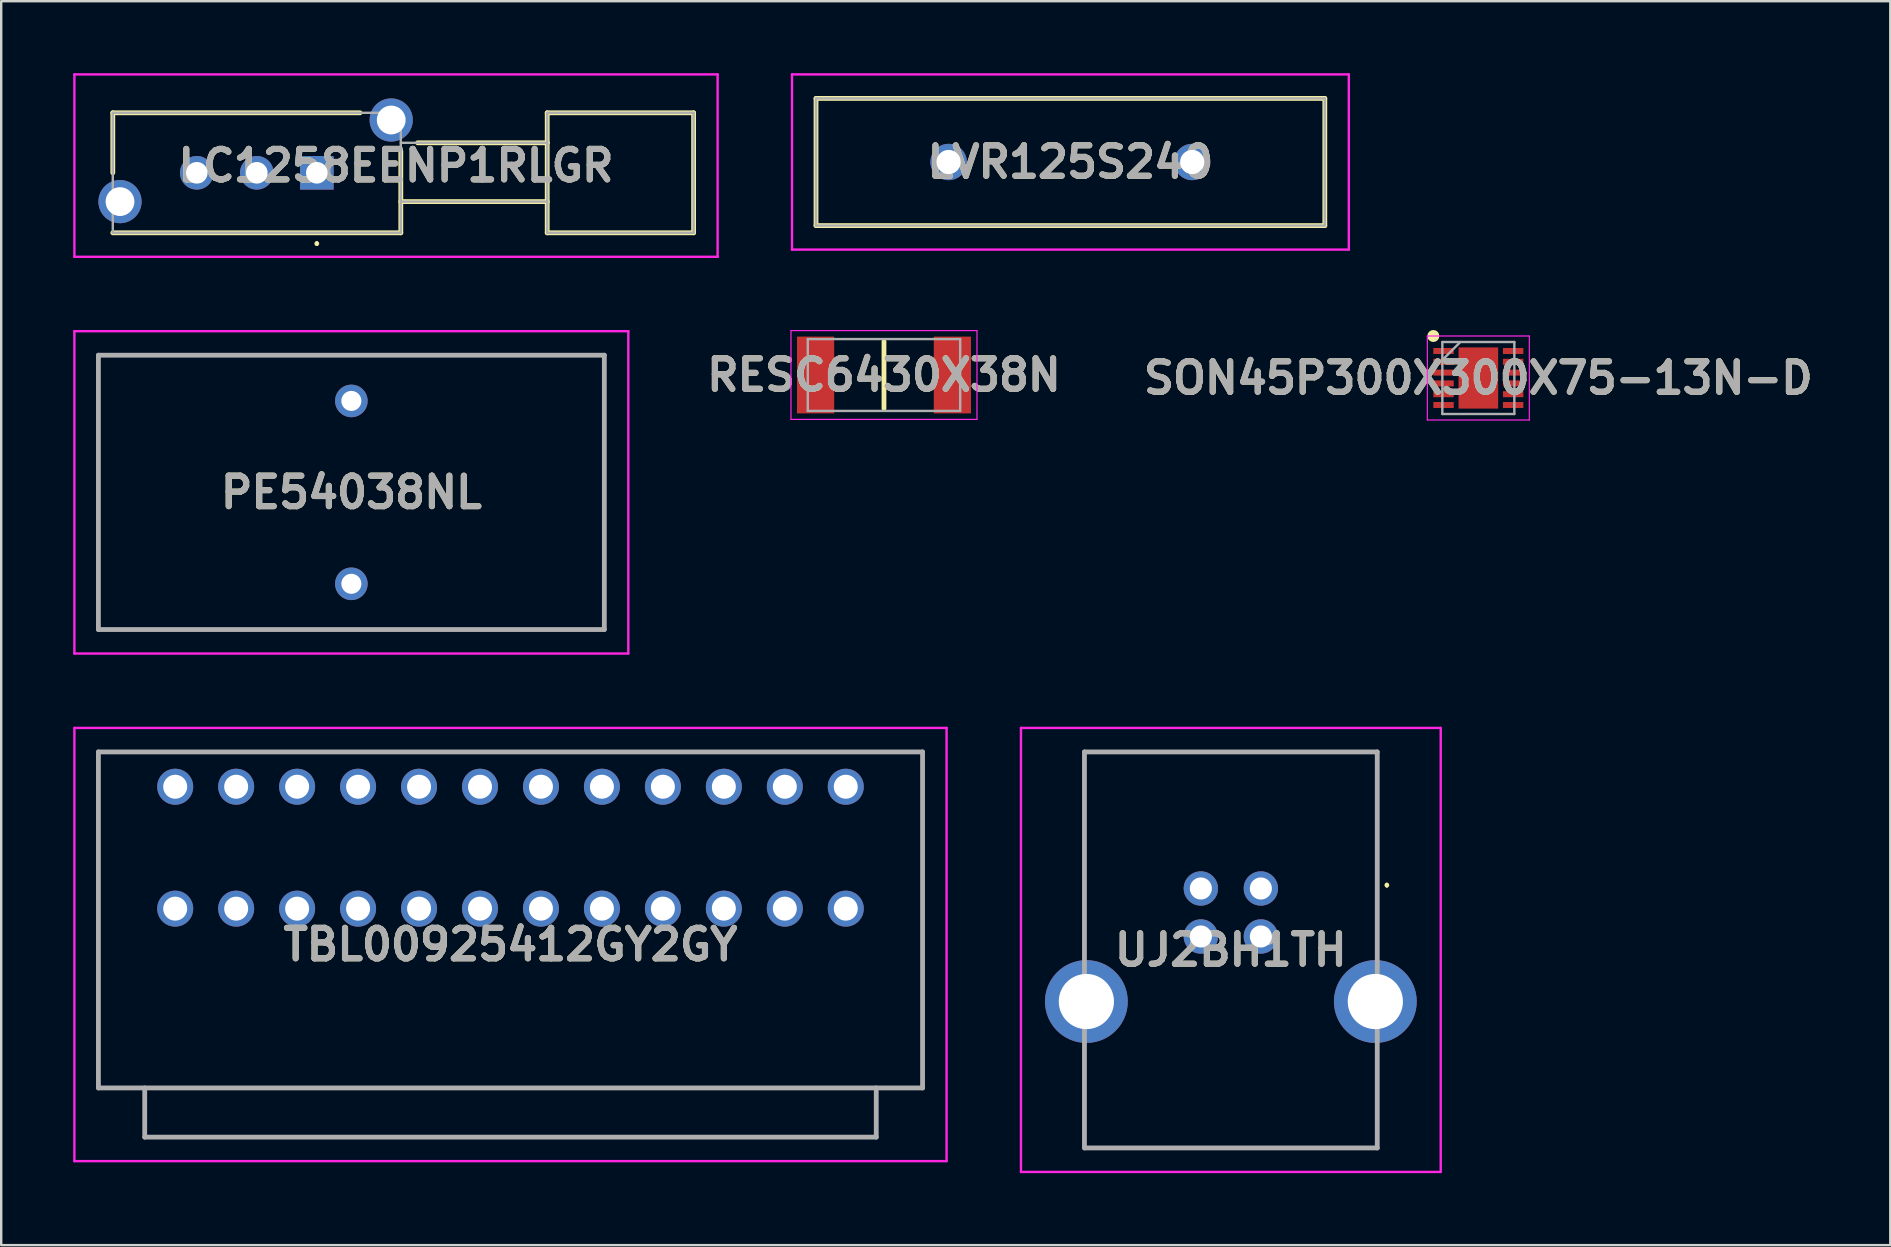
<source format=kicad_pcb>
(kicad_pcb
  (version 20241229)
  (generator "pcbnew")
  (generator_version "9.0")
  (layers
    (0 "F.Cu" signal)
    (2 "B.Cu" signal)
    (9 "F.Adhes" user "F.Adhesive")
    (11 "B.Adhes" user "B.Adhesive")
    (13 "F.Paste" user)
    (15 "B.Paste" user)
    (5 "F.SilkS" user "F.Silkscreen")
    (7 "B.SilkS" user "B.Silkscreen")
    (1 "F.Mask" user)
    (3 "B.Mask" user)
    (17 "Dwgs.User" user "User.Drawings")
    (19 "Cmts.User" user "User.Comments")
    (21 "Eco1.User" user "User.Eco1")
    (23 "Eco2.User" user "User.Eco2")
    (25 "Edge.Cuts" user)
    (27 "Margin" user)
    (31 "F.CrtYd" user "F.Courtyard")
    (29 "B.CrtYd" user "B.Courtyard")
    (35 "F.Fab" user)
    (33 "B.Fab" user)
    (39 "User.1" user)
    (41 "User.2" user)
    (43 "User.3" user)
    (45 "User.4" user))
  (footprint "LVR125S240"
    (layer "F.Cu")
    (at 36.475 3.7)
    (property "Reference" "LVR125S240" (at 5.075 0 0) (layer "F.SilkS") (effects (font (size 1.27 1.27) (thickness 0.254))))
    (attr through_hole)
    (fp_line (start -5.525 -2.65) (end 15.675 -2.65) (stroke (width 0.2) (type solid)) (layer "F.SilkS"))
    (fp_line (start -5.525 2.65) (end -5.525 -2.65) (stroke (width 0.2) (type solid)) (layer "F.SilkS"))
    (fp_line (start 15.675 -2.65) (end 15.675 2.65) (stroke (width 0.2) (type solid)) (layer "F.SilkS"))
    (fp_line (start 15.675 2.65) (end -5.525 2.65) (stroke (width 0.2) (type solid)) (layer "F.SilkS"))
    (fp_line (start -6.525 -3.65) (end 16.675 -3.65) (stroke (width 0.1) (type solid)) (layer "F.CrtYd"))
    (fp_line (start -6.525 3.65) (end -6.525 -3.65) (stroke (width 0.1) (type solid)) (layer "F.CrtYd"))
    (fp_line (start 16.675 -3.65) (end 16.675 3.65) (stroke (width 0.1) (type solid)) (layer "F.CrtYd"))
    (fp_line (start 16.675 3.65) (end -6.525 3.65) (stroke (width 0.1) (type solid)) (layer "F.CrtYd"))
    (fp_line (start -5.525 -2.65) (end 15.675 -2.65) (stroke (width 0.1) (type solid)) (layer "F.Fab"))
    (fp_line (start -5.525 2.65) (end -5.525 -2.65) (stroke (width 0.1) (type solid)) (layer "F.Fab"))
    (fp_line (start 15.675 -2.65) (end 15.675 2.65) (stroke (width 0.1) (type solid)) (layer "F.Fab"))
    (fp_line (start 15.675 2.65) (end -5.525 2.65) (stroke (width 0.1) (type solid)) (layer "F.Fab"))
    (fp_text user "${REFERENCE}" (at 5.075 0 0) (layer "F.Fab") (effects (font (size 1.27 1.27) (thickness 0.254))))
    (pad "1" thru_hole circle (at 0 0) (size 1.515 1.515) (drill 1.01) (layers "*.Cu" "*.Mask"))
    (pad "2" thru_hole circle (at 10.15 0) (size 1.515 1.515) (drill 1.01) (layers "*.Cu" "*.Mask")))
  (footprint "SON45P300X300X75-13N-D"
    (layer "F.Cu")
    (at 58.547 12.7)
    (property "Reference" "SON45P300X300X75-13N-D" (at 0 0 0) (layer "F.SilkS") (effects (font (size 1.27 1.27) (thickness 0.254))))
    (attr smd)
    (fp_circle (center -1.875 -1.75) (end -1.875 -1.625) (stroke (width 0.25) (type solid)) (fill no) (layer "F.SilkS"))
    (fp_line (start -2.125 -1.75) (end 2.125 -1.75) (stroke (width 0.05) (type solid)) (layer "F.CrtYd"))
    (fp_line (start -2.125 1.75) (end -2.125 -1.75) (stroke (width 0.05) (type solid)) (layer "F.CrtYd"))
    (fp_line (start 2.125 -1.75) (end 2.125 1.75) (stroke (width 0.05) (type solid)) (layer "F.CrtYd"))
    (fp_line (start 2.125 1.75) (end -2.125 1.75) (stroke (width 0.05) (type solid)) (layer "F.CrtYd"))
    (fp_line (start -1.5 -1.5) (end 1.5 -1.5) (stroke (width 0.1) (type solid)) (layer "F.Fab"))
    (fp_line (start -1.5 -0.75) (end -0.75 -1.5) (stroke (width 0.1) (type solid)) (layer "F.Fab"))
    (fp_line (start -1.5 1.5) (end -1.5 -1.5) (stroke (width 0.1) (type solid)) (layer "F.Fab"))
    (fp_line (start 1.5 -1.5) (end 1.5 1.5) (stroke (width 0.1) (type solid)) (layer "F.Fab"))
    (fp_line (start 1.5 1.5) (end -1.5 1.5) (stroke (width 0.1) (type solid)) (layer "F.Fab"))
    (fp_text user "${REFERENCE}" (at 0 0 0) (layer "F.Fab") (effects (font (size 1.27 1.27) (thickness 0.254))))
    (pad "1" smd rect (at -1.45 -1.125 90) (size 0.25 0.85) (layers "F.Cu" "F.Mask" "F.Paste"))
    (pad "2" smd rect (at -1.45 -0.675 90) (size 0.25 0.85) (layers "F.Cu" "F.Mask" "F.Paste"))
    (pad "3" smd rect (at -1.45 -0.225 90) (size 0.25 0.85) (layers "F.Cu" "F.Mask" "F.Paste"))
    (pad "4" smd rect (at -1.45 0.225 90) (size 0.25 0.85) (layers "F.Cu" "F.Mask" "F.Paste"))
    (pad "5" smd rect (at -1.45 0.675 90) (size 0.25 0.85) (layers "F.Cu" "F.Mask" "F.Paste"))
    (pad "6" smd rect (at -1.45 1.125 90) (size 0.25 0.85) (layers "F.Cu" "F.Mask" "F.Paste"))
    (pad "7" smd rect (at 1.45 1.125 90) (size 0.25 0.85) (layers "F.Cu" "F.Mask" "F.Paste"))
    (pad "8" smd rect (at 1.45 0.675 90) (size 0.25 0.85) (layers "F.Cu" "F.Mask" "F.Paste"))
    (pad "9" smd rect (at 1.45 0.225 90) (size 0.25 0.85) (layers "F.Cu" "F.Mask" "F.Paste"))
    (pad "10" smd rect (at 1.45 -0.225 90) (size 0.25 0.85) (layers "F.Cu" "F.Mask" "F.Paste"))
    (pad "11" smd rect (at 1.45 -0.675 90) (size 0.25 0.85) (layers "F.Cu" "F.Mask" "F.Paste"))
    (pad "12" smd rect (at 1.45 -1.125 90) (size 0.25 0.85) (layers "F.Cu" "F.Mask" "F.Paste"))
    (pad "13" smd rect (at 0 0) (size 1.65 2.55) (layers "F.Cu" "F.Mask" "F.Paste")))
  (footprint "LC1258EENP1RLGR"
    (layer "F.Cu")
    (at 10.15 4.15)
    (property "Reference" "LC1258EENP1RLGR" (at 3.3 -0.3 0) (layer "F.SilkS") (effects (font (size 1.27 1.27) (thickness 0.254))))
    (attr through_hole)
    (fp_line (start -8.5 -2.5) (end 1.8 -2.5) (stroke (width 0.2) (type solid)) (layer "F.SilkS"))
    (fp_line (start -8.5 0) (end -8.5 -2.5) (stroke (width 0.2) (type solid)) (layer "F.SilkS"))
    (fp_line (start 0 2.9) (end 0 2.9) (stroke (width 0.1) (type solid)) (layer "F.SilkS"))
    (fp_line (start 0 3) (end 0 3) (stroke (width 0.1) (type solid)) (layer "F.SilkS"))
    (fp_line (start 3.5 -0.9) (end 3.5 2.5) (stroke (width 0.2) (type solid)) (layer "F.SilkS"))
    (fp_line (start 3.5 1.2) (end 9.6 1.2) (stroke (width 0.2) (type solid)) (layer "F.SilkS"))
    (fp_line (start 3.5 2.5) (end -8.5 2.5) (stroke (width 0.2) (type solid)) (layer "F.SilkS"))
    (fp_line (start 9.6 -2.5) (end 9.6 -1.25) (stroke (width 0.2) (type solid)) (layer "F.SilkS"))
    (fp_line (start 9.6 -1.25) (end 4.2 -1.25) (stroke (width 0.2) (type solid)) (layer "F.SilkS"))
    (fp_line (start 9.6 1.2) (end 9.6 -1.25) (stroke (width 0.2) (type solid)) (layer "F.SilkS"))
    (fp_line (start 9.6 1.25) (end 9.6 2.5) (stroke (width 0.2) (type solid)) (layer "F.SilkS"))
    (fp_line (start 9.6 2.5) (end 15.7 2.5) (stroke (width 0.2) (type solid)) (layer "F.SilkS"))
    (fp_line (start 15.7 -2.5) (end 9.6 -2.5) (stroke (width 0.2) (type solid)) (layer "F.SilkS"))
    (fp_line (start 15.7 2.5) (end 15.7 -2.5) (stroke (width 0.2) (type solid)) (layer "F.SilkS"))
    (fp_arc (start 0 2.9) (mid 0.05 2.95) (end 0 3) (stroke (width 0.1) (type solid)) (layer "F.SilkS"))
    (fp_arc (start 0 3) (mid -0.05 2.95) (end 0 2.9) (stroke (width 0.1) (type solid)) (layer "F.SilkS"))
    (fp_line (start -10.1 -4.1) (end 16.7 -4.1) (stroke (width 0.1) (type solid)) (layer "F.CrtYd"))
    (fp_line (start -10.1 3.5) (end -10.1 -4.1) (stroke (width 0.1) (type solid)) (layer "F.CrtYd"))
    (fp_line (start 16.7 -4.1) (end 16.7 3.5) (stroke (width 0.1) (type solid)) (layer "F.CrtYd"))
    (fp_line (start 16.7 3.5) (end -10.1 3.5) (stroke (width 0.1) (type solid)) (layer "F.CrtYd"))
    (fp_line (start -8.5 -2.5) (end 3.5 -2.5) (stroke (width 0.1) (type solid)) (layer "F.Fab"))
    (fp_line (start -8.5 2.5) (end -8.5 -2.5) (stroke (width 0.1) (type solid)) (layer "F.Fab"))
    (fp_line (start 3.5 -2.5) (end 3.5 2.5) (stroke (width 0.1) (type solid)) (layer "F.Fab"))
    (fp_line (start 3.5 -1.25) (end 9.6 -1.25) (stroke (width 0.1) (type solid)) (layer "F.Fab"))
    (fp_line (start 3.5 2.5) (end -8.5 2.5) (stroke (width 0.1) (type solid)) (layer "F.Fab"))
    (fp_line (start 9.6 -2.5) (end 15.7 -2.5) (stroke (width 0.1) (type solid)) (layer "F.Fab"))
    (fp_line (start 9.6 -1.25) (end 9.6 -2.5) (stroke (width 0.1) (type solid)) (layer "F.Fab"))
    (fp_line (start 9.6 -1.25) (end 9.6 1.2) (stroke (width 0.1) (type solid)) (layer "F.Fab"))
    (fp_line (start 9.6 1.2) (end 3.5 1.2) (stroke (width 0.1) (type solid)) (layer "F.Fab"))
    (fp_line (start 9.6 2.5) (end 9.6 1.25) (stroke (width 0.1) (type solid)) (layer "F.Fab"))
    (fp_line (start 15.7 -2.5) (end 15.7 2.5) (stroke (width 0.1) (type solid)) (layer "F.Fab"))
    (fp_line (start 15.7 2.5) (end 9.6 2.5) (stroke (width 0.1) (type solid)) (layer "F.Fab"))
    (fp_text user "${REFERENCE}" (at 3.3 -0.3 0) (layer "F.Fab") (effects (font (size 1.27 1.27) (thickness 0.254))))
    (pad "1" thru_hole rect (at 0 0) (size 1.4 1.4) (drill 0.9) (layers "*.Cu" "*.Mask"))
    (pad "2" thru_hole circle (at -2.5 0) (size 1.4 1.4) (drill 0.9) (layers "*.Cu" "*.Mask"))
    (pad "3" thru_hole circle (at -5 0) (size 1.4 1.4) (drill 0.9) (layers "*.Cu" "*.Mask"))
    (pad "MH1" thru_hole circle (at 3.1 -2.2) (size 1.8 1.8) (drill 1.2) (layers "*.Cu" "*.Mask"))
    (pad "MH2" thru_hole circle (at -8.2 1.2) (size 1.8 1.8) (drill 1.2) (layers "*.Cu" "*.Mask")))
  (footprint "TBL00925412GY2GY"
    (layer "F.Cu")
    (at 4.25 34.81)
    (property "Reference" "TBL00925412GY2GY" (at 13.97 1.495 0) (layer "F.SilkS") (effects (font (size 1.27 1.27) (thickness 0.254))))
    (attr through_hole)
    (fp_line (start -3.2 -6.53) (end 31.14 -6.53) (stroke (width 0.1) (type solid)) (layer "F.SilkS"))
    (fp_line (start -3.2 7.47) (end -3.2 -6.53) (stroke (width 0.1) (type solid)) (layer "F.SilkS"))
    (fp_line (start -1.27 7.47) (end -1.27 9.52) (stroke (width 0.1) (type solid)) (layer "F.SilkS"))
    (fp_line (start -1.27 9.52) (end 29.21 9.52) (stroke (width 0.1) (type solid)) (layer "F.SilkS"))
    (fp_line (start 29.21 7.47) (end -3.2 7.47) (stroke (width 0.1) (type solid)) (layer "F.SilkS"))
    (fp_line (start 29.21 9.52) (end 29.21 7.47) (stroke (width 0.1) (type solid)) (layer "F.SilkS"))
    (fp_line (start 31.14 -6.53) (end 31.14 7.47) (stroke (width 0.1) (type solid)) (layer "F.SilkS"))
    (fp_line (start 31.14 7.47) (end 29.21 7.47) (stroke (width 0.1) (type solid)) (layer "F.SilkS"))
    (fp_line (start -4.2 -7.53) (end 32.14 -7.53) (stroke (width 0.1) (type solid)) (layer "F.CrtYd"))
    (fp_line (start -4.2 10.52) (end -4.2 -7.53) (stroke (width 0.1) (type solid)) (layer "F.CrtYd"))
    (fp_line (start 32.14 -7.53) (end 32.14 10.52) (stroke (width 0.1) (type solid)) (layer "F.CrtYd"))
    (fp_line (start 32.14 10.52) (end -4.2 10.52) (stroke (width 0.1) (type solid)) (layer "F.CrtYd"))
    (fp_line (start -3.2 -6.53) (end 31.14 -6.53) (stroke (width 0.2) (type solid)) (layer "F.Fab"))
    (fp_line (start -3.2 7.47) (end -3.2 -6.53) (stroke (width 0.2) (type solid)) (layer "F.Fab"))
    (fp_line (start -1.27 7.47) (end -1.27 9.52) (stroke (width 0.2) (type solid)) (layer "F.Fab"))
    (fp_line (start -1.27 9.52) (end 29.21 9.52) (stroke (width 0.2) (type solid)) (layer "F.Fab"))
    (fp_line (start 29.21 9.52) (end 29.21 7.47) (stroke (width 0.2) (type solid)) (layer "F.Fab"))
    (fp_line (start 31.14 -6.53) (end 31.14 7.47) (stroke (width 0.2) (type solid)) (layer "F.Fab"))
    (fp_line (start 31.14 7.47) (end -3.2 7.47) (stroke (width 0.2) (type solid)) (layer "F.Fab"))
    (fp_text user "${REFERENCE}" (at 13.97 1.495 0) (layer "F.Fab") (effects (font (size 1.27 1.27) (thickness 0.254))))
    (pad "1" thru_hole circle (at 0 0) (size 1.5 1.5) (drill 1) (layers "*.Cu" "*.Mask"))
    (pad "2" thru_hole circle (at 0 -5.08) (size 1.5 1.5) (drill 1) (layers "*.Cu" "*.Mask"))
    (pad "3" thru_hole circle (at 2.54 0) (size 1.5 1.5) (drill 1) (layers "*.Cu" "*.Mask"))
    (pad "4" thru_hole circle (at 2.54 -5.08) (size 1.5 1.5) (drill 1) (layers "*.Cu" "*.Mask"))
    (pad "5" thru_hole circle (at 5.08 0) (size 1.5 1.5) (drill 1) (layers "*.Cu" "*.Mask"))
    (pad "6" thru_hole circle (at 5.08 -5.08) (size 1.5 1.5) (drill 1) (layers "*.Cu" "*.Mask"))
    (pad "7" thru_hole circle (at 7.62 0) (size 1.5 1.5) (drill 1) (layers "*.Cu" "*.Mask"))
    (pad "8" thru_hole circle (at 7.62 -5.08) (size 1.5 1.5) (drill 1) (layers "*.Cu" "*.Mask"))
    (pad "9" thru_hole circle (at 10.16 0) (size 1.5 1.5) (drill 1) (layers "*.Cu" "*.Mask"))
    (pad "10" thru_hole circle (at 10.16 -5.08) (size 1.5 1.5) (drill 1) (layers "*.Cu" "*.Mask"))
    (pad "11" thru_hole circle (at 12.7 0) (size 1.5 1.5) (drill 1) (layers "*.Cu" "*.Mask"))
    (pad "12" thru_hole circle (at 12.7 -5.08) (size 1.5 1.5) (drill 1) (layers "*.Cu" "*.Mask"))
    (pad "13" thru_hole circle (at 15.24 0) (size 1.5 1.5) (drill 1) (layers "*.Cu" "*.Mask"))
    (pad "14" thru_hole circle (at 15.24 -5.08) (size 1.5 1.5) (drill 1) (layers "*.Cu" "*.Mask"))
    (pad "15" thru_hole circle (at 17.78 0) (size 1.5 1.5) (drill 1) (layers "*.Cu" "*.Mask"))
    (pad "16" thru_hole circle (at 17.78 -5.08) (size 1.5 1.5) (drill 1) (layers "*.Cu" "*.Mask"))
    (pad "17" thru_hole circle (at 20.32 0) (size 1.5 1.5) (drill 1) (layers "*.Cu" "*.Mask"))
    (pad "18" thru_hole circle (at 20.32 -5.08) (size 1.5 1.5) (drill 1) (layers "*.Cu" "*.Mask"))
    (pad "19" thru_hole circle (at 22.86 0) (size 1.5 1.5) (drill 1) (layers "*.Cu" "*.Mask"))
    (pad "20" thru_hole circle (at 22.86 -5.08) (size 1.5 1.5) (drill 1) (layers "*.Cu" "*.Mask"))
    (pad "21" thru_hole circle (at 25.4 0) (size 1.5 1.5) (drill 1) (layers "*.Cu" "*.Mask"))
    (pad "22" thru_hole circle (at 25.4 -5.08) (size 1.5 1.5) (drill 1) (layers "*.Cu" "*.Mask"))
    (pad "23" thru_hole circle (at 27.94 0) (size 1.5 1.5) (drill 1) (layers "*.Cu" "*.Mask"))
    (pad "24" thru_hole circle (at 27.94 -5.08) (size 1.5 1.5) (drill 1) (layers "*.Cu" "*.Mask")))
  (footprint "UJ2BH1TH"
    (layer "F.Cu")
    (at 48.235 44.78)
    (property "Reference" "UJ2BH1TH" (at 0 -8.25 0) (layer "F.SilkS") (effects (font (size 1.27 1.27) (thickness 0.254))))
    (attr through_hole)
    (fp_line (start -6.1 -16.5) (end 6.1 -16.5) (stroke (width 0.1) (type solid)) (layer "F.SilkS"))
    (fp_line (start -6.1 -8.5) (end -6.1 -16.5) (stroke (width 0.1) (type solid)) (layer "F.SilkS"))
    (fp_line (start -6.1 -3.5) (end -6.1 0) (stroke (width 0.1) (type solid)) (layer "F.SilkS"))
    (fp_line (start -6.1 0) (end 6.1 0) (stroke (width 0.1) (type solid)) (layer "F.SilkS"))
    (fp_line (start 6.1 -16.5) (end 6.1 -8.5) (stroke (width 0.1) (type solid)) (layer "F.SilkS"))
    (fp_line (start 6.1 0) (end 6.1 -4) (stroke (width 0.1) (type solid)) (layer "F.SilkS"))
    (fp_line (start 6.5 -11) (end 6.5 -11) (stroke (width 0.1) (type solid)) (layer "F.SilkS"))
    (fp_line (start 6.5 -10.9) (end 6.5 -10.9) (stroke (width 0.1) (type solid)) (layer "F.SilkS"))
    (fp_arc (start 6.5 -11) (mid 6.55 -10.95) (end 6.5 -10.9) (stroke (width 0.1) (type solid)) (layer "F.SilkS"))
    (fp_arc (start 6.5 -10.9) (mid 6.45 -10.95) (end 6.5 -11) (stroke (width 0.1) (type solid)) (layer "F.SilkS"))
    (fp_line (start -8.745 -17.5) (end 8.745 -17.5) (stroke (width 0.1) (type solid)) (layer "F.CrtYd"))
    (fp_line (start -8.745 1) (end -8.745 -17.5) (stroke (width 0.1) (type solid)) (layer "F.CrtYd"))
    (fp_line (start 8.745 -17.5) (end 8.745 1) (stroke (width 0.1) (type solid)) (layer "F.CrtYd"))
    (fp_line (start 8.745 1) (end -8.745 1) (stroke (width 0.1) (type solid)) (layer "F.CrtYd"))
    (fp_line (start -6.1 -16.5) (end 6.1 -16.5) (stroke (width 0.2) (type solid)) (layer "F.Fab"))
    (fp_line (start -6.1 0) (end -6.1 -16.5) (stroke (width 0.2) (type solid)) (layer "F.Fab"))
    (fp_line (start 6.1 -16.5) (end 6.1 0) (stroke (width 0.2) (type solid)) (layer "F.Fab"))
    (fp_line (start 6.1 0) (end -6.1 0) (stroke (width 0.2) (type solid)) (layer "F.Fab"))
    (fp_text user "${REFERENCE}" (at 0 -8.25 0) (layer "F.Fab") (effects (font (size 1.27 1.27) (thickness 0.254))))
    (pad "1" thru_hole circle (at 1.25 -10.81) (size 1.431 1.431) (drill 0.92) (layers "*.Cu" "*.Mask"))
    (pad "2" thru_hole circle (at -1.25 -10.81) (size 1.431 1.431) (drill 0.92) (layers "*.Cu" "*.Mask"))
    (pad "3" thru_hole circle (at -1.25 -8.81) (size 1.431 1.431) (drill 0.92) (layers "*.Cu" "*.Mask"))
    (pad "4" thru_hole circle (at 1.25 -8.81) (size 1.431 1.431) (drill 0.92) (layers "*.Cu" "*.Mask"))
    (pad "MH1" thru_hole circle (at -6.02 -6.1) (size 3.45 3.45) (drill 2.3) (layers "*.Cu" "*.Mask"))
    (pad "MH2" thru_hole circle (at 6.02 -6.1) (size 3.45 3.45) (drill 2.3) (layers "*.Cu" "*.Mask")))
  (footprint "RESC6430X38N"
    (layer "F.Cu")
    (at 33.782 12.575)
    (property "Reference" "RESC6430X38N" (at 0 0 0) (layer "F.SilkS") (effects (font (size 1.27 1.27) (thickness 0.254))))
    (attr smd)
    (fp_line (start 0 -1.398) (end 0 1.398) (stroke (width 0.2) (type solid)) (layer "F.SilkS"))
    (fp_line (start -3.875 -1.85) (end 3.875 -1.85) (stroke (width 0.05) (type solid)) (layer "F.CrtYd"))
    (fp_line (start -3.875 1.85) (end -3.875 -1.85) (stroke (width 0.05) (type solid)) (layer "F.CrtYd"))
    (fp_line (start 3.875 -1.85) (end 3.875 1.85) (stroke (width 0.05) (type solid)) (layer "F.CrtYd"))
    (fp_line (start 3.875 1.85) (end -3.875 1.85) (stroke (width 0.05) (type solid)) (layer "F.CrtYd"))
    (fp_line (start -3.175 -1.498) (end 3.175 -1.498) (stroke (width 0.1) (type solid)) (layer "F.Fab"))
    (fp_line (start -3.175 1.498) (end -3.175 -1.498) (stroke (width 0.1) (type solid)) (layer "F.Fab"))
    (fp_line (start 3.175 -1.498) (end 3.175 1.498) (stroke (width 0.1) (type solid)) (layer "F.Fab"))
    (fp_line (start 3.175 1.498) (end -3.175 1.498) (stroke (width 0.1) (type solid)) (layer "F.Fab"))
    (fp_text user "${REFERENCE}" (at 0 0 0) (layer "F.Fab") (effects (font (size 1.27 1.27) (thickness 0.254))))
    (pad "1" smd rect (at -2.85 0) (size 1.55 3.2) (layers "F.Cu" "F.Mask" "F.Paste"))
    (pad "2" smd rect (at 2.85 0) (size 1.55 3.2) (layers "F.Cu" "F.Mask" "F.Paste")))
  (footprint "PE54038NL"
    (layer "F.Cu")
    (at 11.59 21.275)
    (property "Reference" "PE54038NL" (at 0 -3.81 0) (layer "F.SilkS") (effects (font (size 1.27 1.27) (thickness 0.254))))
    (attr through_hole)
    (fp_line (start -10.54 -9.525) (end 10.54 -9.525) (stroke (width 0.1) (type solid)) (layer "F.SilkS"))
    (fp_line (start -10.54 1.905) (end -10.54 -9.525) (stroke (width 0.1) (type solid)) (layer "F.SilkS"))
    (fp_line (start 10.54 -9.525) (end 10.54 1.905) (stroke (width 0.1) (type solid)) (layer "F.SilkS"))
    (fp_line (start 10.54 1.905) (end -10.54 1.905) (stroke (width 0.1) (type solid)) (layer "F.SilkS"))
    (fp_line (start -11.54 -10.525) (end 11.54 -10.525) (stroke (width 0.1) (type solid)) (layer "F.CrtYd"))
    (fp_line (start -11.54 2.905) (end -11.54 -10.525) (stroke (width 0.1) (type solid)) (layer "F.CrtYd"))
    (fp_line (start 11.54 -10.525) (end 11.54 2.905) (stroke (width 0.1) (type solid)) (layer "F.CrtYd"))
    (fp_line (start 11.54 2.905) (end -11.54 2.905) (stroke (width 0.1) (type solid)) (layer "F.CrtYd"))
    (fp_line (start -10.54 -9.525) (end 10.54 -9.525) (stroke (width 0.2) (type solid)) (layer "F.Fab"))
    (fp_line (start -10.54 1.905) (end -10.54 -9.525) (stroke (width 0.2) (type solid)) (layer "F.Fab"))
    (fp_line (start 10.54 -9.525) (end 10.54 1.905) (stroke (width 0.2) (type solid)) (layer "F.Fab"))
    (fp_line (start 10.54 1.905) (end -10.54 1.905) (stroke (width 0.2) (type solid)) (layer "F.Fab"))
    (fp_text user "${REFERENCE}" (at 0 -3.81 0) (layer "F.Fab") (effects (font (size 1.27 1.27) (thickness 0.254))))
    (pad "1" thru_hole circle (at 0 0) (size 1.357 1.357) (drill 0.835) (layers "*.Cu" "*.Mask"))
    (pad "2" thru_hole circle (at 0 -7.62) (size 1.357 1.357) (drill 0.835) (layers "*.Cu" "*.Mask")))
  (gr_rect
    (start -3 -3)
    (end 75.711 48.83)
    (stroke (width 0.1) (type default))
    (fill no)
    (layer "Edge.Cuts")))
</source>
